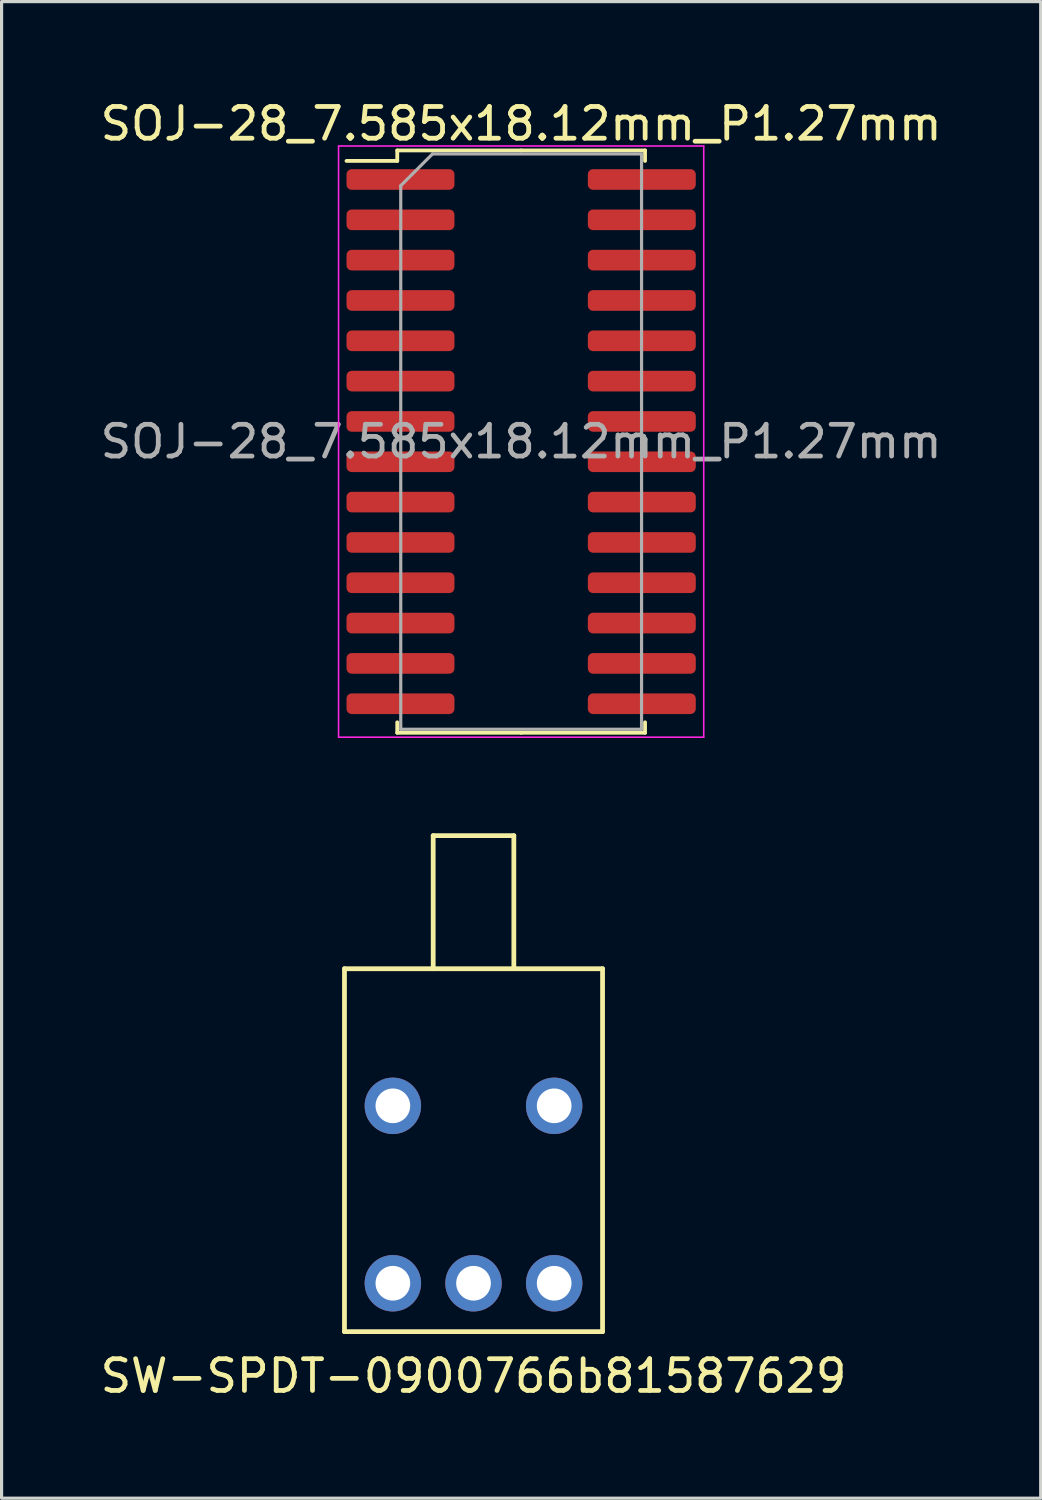
<source format=kicad_pcb>
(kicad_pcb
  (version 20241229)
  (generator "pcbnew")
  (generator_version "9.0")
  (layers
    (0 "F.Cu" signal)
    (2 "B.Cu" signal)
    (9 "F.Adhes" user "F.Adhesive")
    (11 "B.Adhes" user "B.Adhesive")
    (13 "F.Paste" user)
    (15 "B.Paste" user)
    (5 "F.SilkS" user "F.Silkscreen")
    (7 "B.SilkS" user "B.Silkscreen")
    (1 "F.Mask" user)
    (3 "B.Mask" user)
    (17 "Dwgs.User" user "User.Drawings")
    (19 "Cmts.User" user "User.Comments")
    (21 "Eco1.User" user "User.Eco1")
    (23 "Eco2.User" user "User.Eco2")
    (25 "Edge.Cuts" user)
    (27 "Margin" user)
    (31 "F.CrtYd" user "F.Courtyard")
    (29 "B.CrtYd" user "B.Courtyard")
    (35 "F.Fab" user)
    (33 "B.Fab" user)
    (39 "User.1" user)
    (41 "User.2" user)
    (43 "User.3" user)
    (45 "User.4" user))
  (footprint "SOJ-28_7.585x18.12mm_P1.27mm"
    (layer "F.Cu")
    (at 13.363 10.858)
    (property "Reference" "SOJ-28_7.585x18.12mm_P1.27mm" (at 0 -10.01 0) (layer "F.SilkS") (effects (font (size 1 1) (thickness 0.15))))
    (attr smd)
    (fp_line (start -3.902 -9.17) (end -3.902 -8.84) (stroke (width 0.12) (type solid)) (layer "F.SilkS"))
    (fp_line (start -3.902 -8.84) (end -5.5 -8.84) (stroke (width 0.12) (type solid)) (layer "F.SilkS"))
    (fp_line (start -3.902 9.17) (end -3.902 8.84) (stroke (width 0.12) (type solid)) (layer "F.SilkS"))
    (fp_line (start 0 -9.17) (end -3.902 -9.17) (stroke (width 0.12) (type solid)) (layer "F.SilkS"))
    (fp_line (start 0 -9.17) (end 3.902 -9.17) (stroke (width 0.12) (type solid)) (layer "F.SilkS"))
    (fp_line (start 0 9.17) (end -3.902 9.17) (stroke (width 0.12) (type solid)) (layer "F.SilkS"))
    (fp_line (start 0 9.17) (end 3.902 9.17) (stroke (width 0.12) (type solid)) (layer "F.SilkS"))
    (fp_line (start 3.902 -9.17) (end 3.902 -8.84) (stroke (width 0.12) (type solid)) (layer "F.SilkS"))
    (fp_line (start 3.902 9.17) (end 3.902 8.84) (stroke (width 0.12) (type solid)) (layer "F.SilkS"))
    (fp_line (start -5.75 -9.31) (end -5.75 9.31) (stroke (width 0.05) (type solid)) (layer "F.CrtYd"))
    (fp_line (start -5.75 9.31) (end 5.75 9.31) (stroke (width 0.05) (type solid)) (layer "F.CrtYd"))
    (fp_line (start 5.75 -9.31) (end -5.75 -9.31) (stroke (width 0.05) (type solid)) (layer "F.CrtYd"))
    (fp_line (start 5.75 9.31) (end 5.75 -9.31) (stroke (width 0.05) (type solid)) (layer "F.CrtYd"))
    (fp_line (start -3.792 -8.06) (end -2.792 -9.06) (stroke (width 0.1) (type solid)) (layer "F.Fab"))
    (fp_line (start -3.792 9.06) (end -3.792 -8.06) (stroke (width 0.1) (type solid)) (layer "F.Fab"))
    (fp_line (start -2.792 -9.06) (end 3.792 -9.06) (stroke (width 0.1) (type solid)) (layer "F.Fab"))
    (fp_line (start 3.792 -9.06) (end 3.792 9.06) (stroke (width 0.1) (type solid)) (layer "F.Fab"))
    (fp_line (start 3.792 9.06) (end -3.792 9.06) (stroke (width 0.1) (type solid)) (layer "F.Fab"))
    (fp_text user "${REFERENCE}" (at 0 0 0) (layer "F.Fab") (effects (font (size 1 1) (thickness 0.15))))
    (pad "1" smd roundrect (at -3.8 -8.255) (size 3.4 0.65) (layers "F.Cu" "F.Mask" "F.Paste") (roundrect_rratio 0.25))
    (pad "2" smd roundrect (at -3.8 -6.985) (size 3.4 0.65) (layers "F.Cu" "F.Mask" "F.Paste") (roundrect_rratio 0.25))
    (pad "3" smd roundrect (at -3.8 -5.715) (size 3.4 0.65) (layers "F.Cu" "F.Mask" "F.Paste") (roundrect_rratio 0.25))
    (pad "4" smd roundrect (at -3.8 -4.445) (size 3.4 0.65) (layers "F.Cu" "F.Mask" "F.Paste") (roundrect_rratio 0.25))
    (pad "5" smd roundrect (at -3.8 -3.175) (size 3.4 0.65) (layers "F.Cu" "F.Mask" "F.Paste") (roundrect_rratio 0.25))
    (pad "6" smd roundrect (at -3.8 -1.905) (size 3.4 0.65) (layers "F.Cu" "F.Mask" "F.Paste") (roundrect_rratio 0.25))
    (pad "7" smd roundrect (at -3.8 -0.635) (size 3.4 0.65) (layers "F.Cu" "F.Mask" "F.Paste") (roundrect_rratio 0.25))
    (pad "8" smd roundrect (at -3.8 0.635) (size 3.4 0.65) (layers "F.Cu" "F.Mask" "F.Paste") (roundrect_rratio 0.25))
    (pad "9" smd roundrect (at -3.8 1.905) (size 3.4 0.65) (layers "F.Cu" "F.Mask" "F.Paste") (roundrect_rratio 0.25))
    (pad "10" smd roundrect (at -3.8 3.175) (size 3.4 0.65) (layers "F.Cu" "F.Mask" "F.Paste") (roundrect_rratio 0.25))
    (pad "11" smd roundrect (at -3.8 4.445) (size 3.4 0.65) (layers "F.Cu" "F.Mask" "F.Paste") (roundrect_rratio 0.25))
    (pad "12" smd roundrect (at -3.8 5.715) (size 3.4 0.65) (layers "F.Cu" "F.Mask" "F.Paste") (roundrect_rratio 0.25))
    (pad "13" smd roundrect (at -3.8 6.985) (size 3.4 0.65) (layers "F.Cu" "F.Mask" "F.Paste") (roundrect_rratio 0.25))
    (pad "14" smd roundrect (at -3.8 8.255) (size 3.4 0.65) (layers "F.Cu" "F.Mask" "F.Paste") (roundrect_rratio 0.25))
    (pad "15" smd roundrect (at 3.8 8.255) (size 3.4 0.65) (layers "F.Cu" "F.Mask" "F.Paste") (roundrect_rratio 0.25))
    (pad "16" smd roundrect (at 3.8 6.985) (size 3.4 0.65) (layers "F.Cu" "F.Mask" "F.Paste") (roundrect_rratio 0.25))
    (pad "17" smd roundrect (at 3.8 5.715) (size 3.4 0.65) (layers "F.Cu" "F.Mask" "F.Paste") (roundrect_rratio 0.25))
    (pad "18" smd roundrect (at 3.8 4.445) (size 3.4 0.65) (layers "F.Cu" "F.Mask" "F.Paste") (roundrect_rratio 0.25))
    (pad "19" smd roundrect (at 3.8 3.175) (size 3.4 0.65) (layers "F.Cu" "F.Mask" "F.Paste") (roundrect_rratio 0.25))
    (pad "20" smd roundrect (at 3.8 1.905) (size 3.4 0.65) (layers "F.Cu" "F.Mask" "F.Paste") (roundrect_rratio 0.25))
    (pad "21" smd roundrect (at 3.8 0.635) (size 3.4 0.65) (layers "F.Cu" "F.Mask" "F.Paste") (roundrect_rratio 0.25))
    (pad "22" smd roundrect (at 3.8 -0.635) (size 3.4 0.65) (layers "F.Cu" "F.Mask" "F.Paste") (roundrect_rratio 0.25))
    (pad "23" smd roundrect (at 3.8 -1.905) (size 3.4 0.65) (layers "F.Cu" "F.Mask" "F.Paste") (roundrect_rratio 0.25))
    (pad "24" smd roundrect (at 3.8 -3.175) (size 3.4 0.65) (layers "F.Cu" "F.Mask" "F.Paste") (roundrect_rratio 0.25))
    (pad "25" smd roundrect (at 3.8 -4.445) (size 3.4 0.65) (layers "F.Cu" "F.Mask" "F.Paste") (roundrect_rratio 0.25))
    (pad "26" smd roundrect (at 3.8 -5.715) (size 3.4 0.65) (layers "F.Cu" "F.Mask" "F.Paste") (roundrect_rratio 0.25))
    (pad "27" smd roundrect (at 3.8 -6.985) (size 3.4 0.65) (layers "F.Cu" "F.Mask" "F.Paste") (roundrect_rratio 0.25))
    (pad "28" smd roundrect (at 3.8 -8.255) (size 3.4 0.65) (layers "F.Cu" "F.Mask" "F.Paste") (roundrect_rratio 0.25)))
  (footprint "SW-SPDT-0900766b81587629"
    (layer "F.Cu")
    (at 11.863 34.317)
    (property "Reference" "SW-SPDT-0900766b81587629" (at 0 5.969 0) (layer "F.SilkS") (effects (font (size 1 1) (thickness 0.15))))
    (attr through_hole)
    (fp_line (start -4.064 -6.858) (end 4.064 -6.858) (stroke (width 0.15) (type solid)) (layer "F.SilkS"))
    (fp_line (start -4.064 4.572) (end -4.064 -6.858) (stroke (width 0.15) (type solid)) (layer "F.SilkS"))
    (fp_line (start -1.27 -11.049) (end 1.27 -11.049) (stroke (width 0.15) (type solid)) (layer "F.SilkS"))
    (fp_line (start -1.27 -6.858) (end -1.27 -11.049) (stroke (width 0.15) (type solid)) (layer "F.SilkS"))
    (fp_line (start 1.27 -11.049) (end 1.27 -6.858) (stroke (width 0.15) (type solid)) (layer "F.SilkS"))
    (fp_line (start 4.064 -6.858) (end 4.064 4.572) (stroke (width 0.15) (type solid)) (layer "F.SilkS"))
    (fp_line (start 4.064 4.572) (end -4.064 4.572) (stroke (width 0.15) (type solid)) (layer "F.SilkS"))
    (pad "" thru_hole circle (at -2.54 -2.54) (size 1.778 1.778) (drill 1.092) (layers "*.Cu" "*.Mask"))
    (pad "" thru_hole circle (at 2.54 -2.54) (size 1.778 1.778) (drill 1.092) (layers "*.Cu" "*.Mask"))
    (pad "1" thru_hole circle (at -2.54 3.048) (size 1.778 1.778) (drill 1.092) (layers "*.Cu" "*.Mask"))
    (pad "2" thru_hole circle (at 0 3.048) (size 1.778 1.778) (drill 1.092) (layers "*.Cu" "*.Mask"))
    (pad "3" thru_hole circle (at 2.54 3.048) (size 1.778 1.778) (drill 1.092) (layers "*.Cu" "*.Mask")))
  (gr_rect
    (start -3 -3)
    (end 29.726 44.135)
    (stroke (width 0.1) (type default))
    (fill no)
    (layer "Edge.Cuts")))
</source>
